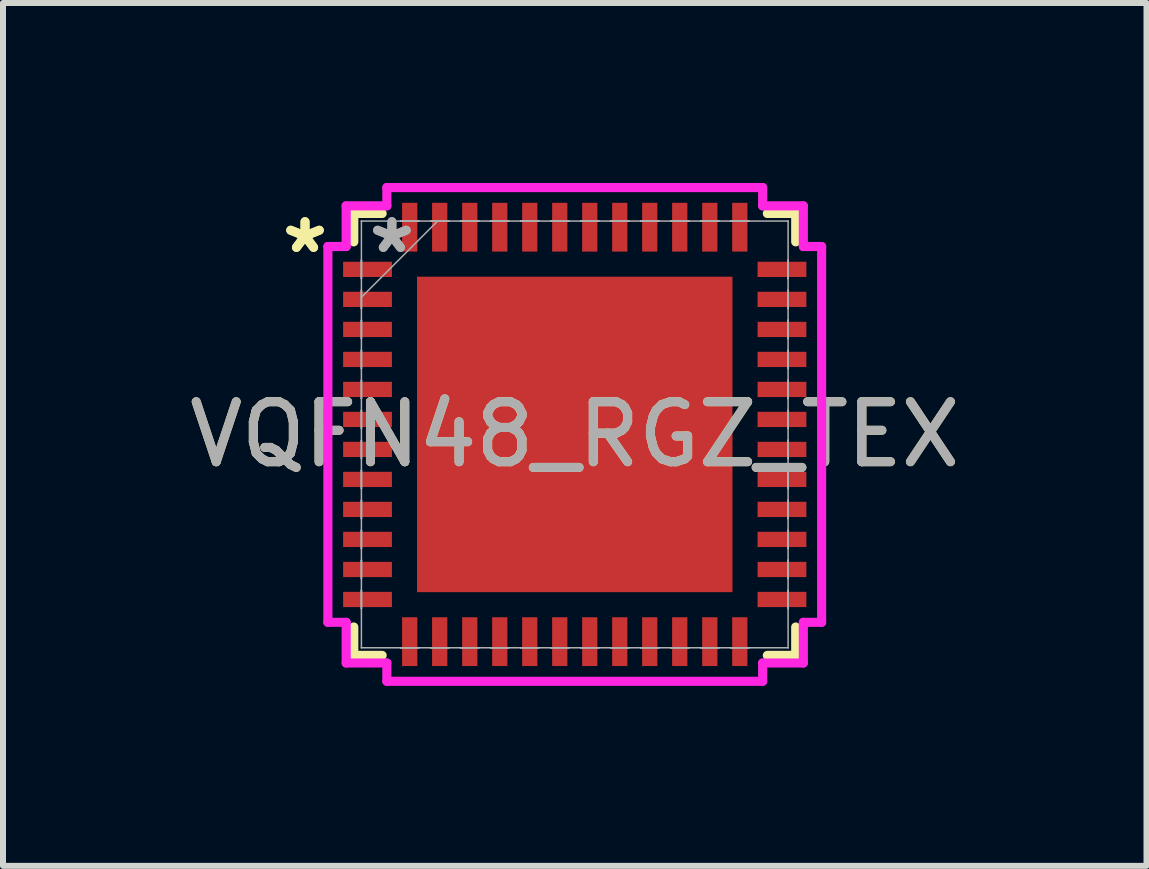
<source format=kicad_pcb>
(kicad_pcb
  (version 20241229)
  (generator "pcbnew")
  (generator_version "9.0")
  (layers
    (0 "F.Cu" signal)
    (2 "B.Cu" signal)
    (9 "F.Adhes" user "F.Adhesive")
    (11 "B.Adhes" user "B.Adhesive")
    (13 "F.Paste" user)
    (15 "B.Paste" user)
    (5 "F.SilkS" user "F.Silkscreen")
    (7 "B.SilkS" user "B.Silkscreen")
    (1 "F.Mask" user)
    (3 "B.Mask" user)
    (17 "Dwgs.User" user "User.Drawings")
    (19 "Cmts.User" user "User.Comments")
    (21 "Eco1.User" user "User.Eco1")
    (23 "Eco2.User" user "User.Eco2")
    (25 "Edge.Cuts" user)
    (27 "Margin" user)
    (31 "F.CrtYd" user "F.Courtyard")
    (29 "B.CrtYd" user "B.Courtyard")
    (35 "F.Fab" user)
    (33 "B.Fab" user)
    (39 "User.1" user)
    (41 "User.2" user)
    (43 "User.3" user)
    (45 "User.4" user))
  (footprint "VQFN48_RGZ_TEX"
    (layer "F.Cu")
    (at 6.53 4.191)
    (property "Reference" "VQFN48_RGZ_TEX" (at 0 0 0) (unlocked yes) (layer "F.SilkS") (effects (font (size 1 1) (thickness 0.15))))
    (attr smd)
    (fp_line (start -3.683 -3.683) (end -3.683 -3.21) (stroke (width 0.152) (type solid)) (layer "F.SilkS"))
    (fp_line (start -3.683 3.21) (end -3.683 3.683) (stroke (width 0.152) (type solid)) (layer "F.SilkS"))
    (fp_line (start -3.683 3.683) (end -3.21 3.683) (stroke (width 0.152) (type solid)) (layer "F.SilkS"))
    (fp_line (start -3.21 -3.683) (end -3.683 -3.683) (stroke (width 0.152) (type solid)) (layer "F.SilkS"))
    (fp_line (start 3.21 3.683) (end 3.683 3.683) (stroke (width 0.152) (type solid)) (layer "F.SilkS"))
    (fp_line (start 3.683 -3.683) (end 3.21 -3.683) (stroke (width 0.152) (type solid)) (layer "F.SilkS"))
    (fp_line (start 3.683 -3.21) (end 3.683 -3.683) (stroke (width 0.152) (type solid)) (layer "F.SilkS"))
    (fp_line (start 3.683 3.683) (end 3.683 3.21) (stroke (width 0.152) (type solid)) (layer "F.SilkS"))
    (fp_poly (pts (xy -2.529 -2.529) (xy -2.529 -1.414) (xy -1.414 -1.414) (xy -1.414 -2.529)) (stroke (width 0) (type solid)) (fill yes) (layer "F.Paste"))
    (fp_poly (pts (xy -2.529 -1.214) (xy -2.529 -0.1) (xy -1.414 -0.1) (xy -1.414 -1.214)) (stroke (width 0) (type solid)) (fill yes) (layer "F.Paste"))
    (fp_poly (pts (xy -2.529 0.1) (xy -2.529 1.214) (xy -1.414 1.214) (xy -1.414 0.1)) (stroke (width 0) (type solid)) (fill yes) (layer "F.Paste"))
    (fp_poly (pts (xy -2.529 1.414) (xy -2.529 2.529) (xy -1.414 2.529) (xy -1.414 1.414)) (stroke (width 0) (type solid)) (fill yes) (layer "F.Paste"))
    (fp_poly (pts (xy -1.214 -2.529) (xy -1.214 -1.414) (xy -0.1 -1.414) (xy -0.1 -2.529)) (stroke (width 0) (type solid)) (fill yes) (layer "F.Paste"))
    (fp_poly (pts (xy -1.214 -1.214) (xy -1.214 -0.1) (xy -0.1 -0.1) (xy -0.1 -1.214)) (stroke (width 0) (type solid)) (fill yes) (layer "F.Paste"))
    (fp_poly (pts (xy -1.214 0.1) (xy -1.214 1.214) (xy -0.1 1.214) (xy -0.1 0.1)) (stroke (width 0) (type solid)) (fill yes) (layer "F.Paste"))
    (fp_poly (pts (xy -1.214 1.414) (xy -1.214 2.529) (xy -0.1 2.529) (xy -0.1 1.414)) (stroke (width 0) (type solid)) (fill yes) (layer "F.Paste"))
    (fp_poly (pts (xy 0.1 -2.529) (xy 0.1 -1.414) (xy 1.214 -1.414) (xy 1.214 -2.529)) (stroke (width 0) (type solid)) (fill yes) (layer "F.Paste"))
    (fp_poly (pts (xy 0.1 -1.214) (xy 0.1 -0.1) (xy 1.214 -0.1) (xy 1.214 -1.214)) (stroke (width 0) (type solid)) (fill yes) (layer "F.Paste"))
    (fp_poly (pts (xy 0.1 0.1) (xy 0.1 1.214) (xy 1.214 1.214) (xy 1.214 0.1)) (stroke (width 0) (type solid)) (fill yes) (layer "F.Paste"))
    (fp_poly (pts (xy 0.1 1.414) (xy 0.1 2.529) (xy 1.214 2.529) (xy 1.214 1.414)) (stroke (width 0) (type solid)) (fill yes) (layer "F.Paste"))
    (fp_poly (pts (xy 1.414 -2.529) (xy 1.414 -1.414) (xy 2.529 -1.414) (xy 2.529 -2.529)) (stroke (width 0) (type solid)) (fill yes) (layer "F.Paste"))
    (fp_poly (pts (xy 1.414 -1.214) (xy 1.414 -0.1) (xy 2.529 -0.1) (xy 2.529 -1.214)) (stroke (width 0) (type solid)) (fill yes) (layer "F.Paste"))
    (fp_poly (pts (xy 1.414 0.1) (xy 1.414 1.214) (xy 2.529 1.214) (xy 2.529 0.1)) (stroke (width 0) (type solid)) (fill yes) (layer "F.Paste"))
    (fp_poly (pts (xy 1.414 1.414) (xy 1.414 2.529) (xy 2.529 2.529) (xy 2.529 1.414)) (stroke (width 0) (type solid)) (fill yes) (layer "F.Paste"))
    (fp_line (start -4.115 -3.132) (end -3.81 -3.132) (stroke (width 0.152) (type solid)) (layer "F.CrtYd"))
    (fp_line (start -4.115 3.132) (end -4.115 -3.132) (stroke (width 0.152) (type solid)) (layer "F.CrtYd"))
    (fp_line (start -3.81 -3.81) (end -3.132 -3.81) (stroke (width 0.152) (type solid)) (layer "F.CrtYd"))
    (fp_line (start -3.81 -3.132) (end -3.81 -3.81) (stroke (width 0.152) (type solid)) (layer "F.CrtYd"))
    (fp_line (start -3.81 3.132) (end -4.115 3.132) (stroke (width 0.152) (type solid)) (layer "F.CrtYd"))
    (fp_line (start -3.81 3.81) (end -3.81 3.132) (stroke (width 0.152) (type solid)) (layer "F.CrtYd"))
    (fp_line (start -3.132 -4.115) (end 3.132 -4.115) (stroke (width 0.152) (type solid)) (layer "F.CrtYd"))
    (fp_line (start -3.132 -3.81) (end -3.132 -4.115) (stroke (width 0.152) (type solid)) (layer "F.CrtYd"))
    (fp_line (start -3.132 3.81) (end -3.81 3.81) (stroke (width 0.152) (type solid)) (layer "F.CrtYd"))
    (fp_line (start -3.132 4.115) (end -3.132 3.81) (stroke (width 0.152) (type solid)) (layer "F.CrtYd"))
    (fp_line (start 3.132 -4.115) (end 3.132 -3.81) (stroke (width 0.152) (type solid)) (layer "F.CrtYd"))
    (fp_line (start 3.132 -3.81) (end 3.81 -3.81) (stroke (width 0.152) (type solid)) (layer "F.CrtYd"))
    (fp_line (start 3.132 3.81) (end 3.132 4.115) (stroke (width 0.152) (type solid)) (layer "F.CrtYd"))
    (fp_line (start 3.132 4.115) (end -3.132 4.115) (stroke (width 0.152) (type solid)) (layer "F.CrtYd"))
    (fp_line (start 3.81 -3.81) (end 3.81 -3.132) (stroke (width 0.152) (type solid)) (layer "F.CrtYd"))
    (fp_line (start 3.81 -3.132) (end 4.115 -3.132) (stroke (width 0.152) (type solid)) (layer "F.CrtYd"))
    (fp_line (start 3.81 3.132) (end 3.81 3.81) (stroke (width 0.152) (type solid)) (layer "F.CrtYd"))
    (fp_line (start 3.81 3.81) (end 3.132 3.81) (stroke (width 0.152) (type solid)) (layer "F.CrtYd"))
    (fp_line (start 4.115 -3.132) (end 4.115 3.132) (stroke (width 0.152) (type solid)) (layer "F.CrtYd"))
    (fp_line (start 4.115 3.132) (end 3.81 3.132) (stroke (width 0.152) (type solid)) (layer "F.CrtYd"))
    (fp_line (start -3.556 -3.556) (end -3.556 -3.556) (stroke (width 0.025) (type solid)) (layer "F.Fab"))
    (fp_line (start -3.556 -3.556) (end -3.556 3.556) (stroke (width 0.025) (type solid)) (layer "F.Fab"))
    (fp_line (start -3.556 -2.903) (end -3.556 -2.903) (stroke (width 0.025) (type solid)) (layer "F.Fab"))
    (fp_line (start -3.556 -2.903) (end -3.556 -2.598) (stroke (width 0.025) (type solid)) (layer "F.Fab"))
    (fp_line (start -3.556 -2.598) (end -3.556 -2.903) (stroke (width 0.025) (type solid)) (layer "F.Fab"))
    (fp_line (start -3.556 -2.598) (end -3.556 -2.598) (stroke (width 0.025) (type solid)) (layer "F.Fab"))
    (fp_line (start -3.556 -2.403) (end -3.556 -2.403) (stroke (width 0.025) (type solid)) (layer "F.Fab"))
    (fp_line (start -3.556 -2.403) (end -3.556 -2.098) (stroke (width 0.025) (type solid)) (layer "F.Fab"))
    (fp_line (start -3.556 -2.286) (end -2.286 -3.556) (stroke (width 0.025) (type solid)) (layer "F.Fab"))
    (fp_line (start -3.556 -2.098) (end -3.556 -2.403) (stroke (width 0.025) (type solid)) (layer "F.Fab"))
    (fp_line (start -3.556 -2.098) (end -3.556 -2.098) (stroke (width 0.025) (type solid)) (layer "F.Fab"))
    (fp_line (start -3.556 -1.903) (end -3.556 -1.903) (stroke (width 0.025) (type solid)) (layer "F.Fab"))
    (fp_line (start -3.556 -1.903) (end -3.556 -1.598) (stroke (width 0.025) (type solid)) (layer "F.Fab"))
    (fp_line (start -3.556 -1.598) (end -3.556 -1.903) (stroke (width 0.025) (type solid)) (layer "F.Fab"))
    (fp_line (start -3.556 -1.598) (end -3.556 -1.598) (stroke (width 0.025) (type solid)) (layer "F.Fab"))
    (fp_line (start -3.556 -1.403) (end -3.556 -1.403) (stroke (width 0.025) (type solid)) (layer "F.Fab"))
    (fp_line (start -3.556 -1.403) (end -3.556 -1.098) (stroke (width 0.025) (type solid)) (layer "F.Fab"))
    (fp_line (start -3.556 -1.098) (end -3.556 -1.403) (stroke (width 0.025) (type solid)) (layer "F.Fab"))
    (fp_line (start -3.556 -1.098) (end -3.556 -1.098) (stroke (width 0.025) (type solid)) (layer "F.Fab"))
    (fp_line (start -3.556 -0.903) (end -3.556 -0.903) (stroke (width 0.025) (type solid)) (layer "F.Fab"))
    (fp_line (start -3.556 -0.903) (end -3.556 -0.598) (stroke (width 0.025) (type solid)) (layer "F.Fab"))
    (fp_line (start -3.556 -0.598) (end -3.556 -0.903) (stroke (width 0.025) (type solid)) (layer "F.Fab"))
    (fp_line (start -3.556 -0.598) (end -3.556 -0.598) (stroke (width 0.025) (type solid)) (layer "F.Fab"))
    (fp_line (start -3.556 -0.402) (end -3.556 -0.402) (stroke (width 0.025) (type solid)) (layer "F.Fab"))
    (fp_line (start -3.556 -0.402) (end -3.556 -0.098) (stroke (width 0.025) (type solid)) (layer "F.Fab"))
    (fp_line (start -3.556 -0.098) (end -3.556 -0.402) (stroke (width 0.025) (type solid)) (layer "F.Fab"))
    (fp_line (start -3.556 -0.098) (end -3.556 -0.098) (stroke (width 0.025) (type solid)) (layer "F.Fab"))
    (fp_line (start -3.556 0.098) (end -3.556 0.098) (stroke (width 0.025) (type solid)) (layer "F.Fab"))
    (fp_line (start -3.556 0.098) (end -3.556 0.402) (stroke (width 0.025) (type solid)) (layer "F.Fab"))
    (fp_line (start -3.556 0.402) (end -3.556 0.098) (stroke (width 0.025) (type solid)) (layer "F.Fab"))
    (fp_line (start -3.556 0.402) (end -3.556 0.402) (stroke (width 0.025) (type solid)) (layer "F.Fab"))
    (fp_line (start -3.556 0.598) (end -3.556 0.598) (stroke (width 0.025) (type solid)) (layer "F.Fab"))
    (fp_line (start -3.556 0.598) (end -3.556 0.903) (stroke (width 0.025) (type solid)) (layer "F.Fab"))
    (fp_line (start -3.556 0.903) (end -3.556 0.598) (stroke (width 0.025) (type solid)) (layer "F.Fab"))
    (fp_line (start -3.556 0.903) (end -3.556 0.903) (stroke (width 0.025) (type solid)) (layer "F.Fab"))
    (fp_line (start -3.556 1.098) (end -3.556 1.098) (stroke (width 0.025) (type solid)) (layer "F.Fab"))
    (fp_line (start -3.556 1.098) (end -3.556 1.403) (stroke (width 0.025) (type solid)) (layer "F.Fab"))
    (fp_line (start -3.556 1.403) (end -3.556 1.098) (stroke (width 0.025) (type solid)) (layer "F.Fab"))
    (fp_line (start -3.556 1.403) (end -3.556 1.403) (stroke (width 0.025) (type solid)) (layer "F.Fab"))
    (fp_line (start -3.556 1.598) (end -3.556 1.598) (stroke (width 0.025) (type solid)) (layer "F.Fab"))
    (fp_line (start -3.556 1.598) (end -3.556 1.903) (stroke (width 0.025) (type solid)) (layer "F.Fab"))
    (fp_line (start -3.556 1.903) (end -3.556 1.598) (stroke (width 0.025) (type solid)) (layer "F.Fab"))
    (fp_line (start -3.556 1.903) (end -3.556 1.903) (stroke (width 0.025) (type solid)) (layer "F.Fab"))
    (fp_line (start -3.556 2.098) (end -3.556 2.098) (stroke (width 0.025) (type solid)) (layer "F.Fab"))
    (fp_line (start -3.556 2.098) (end -3.556 2.403) (stroke (width 0.025) (type solid)) (layer "F.Fab"))
    (fp_line (start -3.556 2.403) (end -3.556 2.098) (stroke (width 0.025) (type solid)) (layer "F.Fab"))
    (fp_line (start -3.556 2.403) (end -3.556 2.403) (stroke (width 0.025) (type solid)) (layer "F.Fab"))
    (fp_line (start -3.556 2.598) (end -3.556 2.598) (stroke (width 0.025) (type solid)) (layer "F.Fab"))
    (fp_line (start -3.556 2.598) (end -3.556 2.903) (stroke (width 0.025) (type solid)) (layer "F.Fab"))
    (fp_line (start -3.556 2.903) (end -3.556 2.598) (stroke (width 0.025) (type solid)) (layer "F.Fab"))
    (fp_line (start -3.556 2.903) (end -3.556 2.903) (stroke (width 0.025) (type solid)) (layer "F.Fab"))
    (fp_line (start -3.556 3.556) (end -3.556 3.556) (stroke (width 0.025) (type solid)) (layer "F.Fab"))
    (fp_line (start -3.556 3.556) (end 3.556 3.556) (stroke (width 0.025) (type solid)) (layer "F.Fab"))
    (fp_line (start -2.903 -3.556) (end -2.903 -3.556) (stroke (width 0.025) (type solid)) (layer "F.Fab"))
    (fp_line (start -2.903 -3.556) (end -2.598 -3.556) (stroke (width 0.025) (type solid)) (layer "F.Fab"))
    (fp_line (start -2.903 3.556) (end -2.903 3.556) (stroke (width 0.025) (type solid)) (layer "F.Fab"))
    (fp_line (start -2.903 3.556) (end -2.598 3.556) (stroke (width 0.025) (type solid)) (layer "F.Fab"))
    (fp_line (start -2.598 -3.556) (end -2.903 -3.556) (stroke (width 0.025) (type solid)) (layer "F.Fab"))
    (fp_line (start -2.598 -3.556) (end -2.598 -3.556) (stroke (width 0.025) (type solid)) (layer "F.Fab"))
    (fp_line (start -2.598 3.556) (end -2.903 3.556) (stroke (width 0.025) (type solid)) (layer "F.Fab"))
    (fp_line (start -2.598 3.556) (end -2.598 3.556) (stroke (width 0.025) (type solid)) (layer "F.Fab"))
    (fp_line (start -2.403 -3.556) (end -2.403 -3.556) (stroke (width 0.025) (type solid)) (layer "F.Fab"))
    (fp_line (start -2.403 -3.556) (end -2.098 -3.556) (stroke (width 0.025) (type solid)) (layer "F.Fab"))
    (fp_line (start -2.403 3.556) (end -2.403 3.556) (stroke (width 0.025) (type solid)) (layer "F.Fab"))
    (fp_line (start -2.403 3.556) (end -2.098 3.556) (stroke (width 0.025) (type solid)) (layer "F.Fab"))
    (fp_line (start -2.098 -3.556) (end -2.403 -3.556) (stroke (width 0.025) (type solid)) (layer "F.Fab"))
    (fp_line (start -2.098 -3.556) (end -2.098 -3.556) (stroke (width 0.025) (type solid)) (layer "F.Fab"))
    (fp_line (start -2.098 3.556) (end -2.403 3.556) (stroke (width 0.025) (type solid)) (layer "F.Fab"))
    (fp_line (start -2.098 3.556) (end -2.098 3.556) (stroke (width 0.025) (type solid)) (layer "F.Fab"))
    (fp_line (start -1.903 -3.556) (end -1.903 -3.556) (stroke (width 0.025) (type solid)) (layer "F.Fab"))
    (fp_line (start -1.903 -3.556) (end -1.598 -3.556) (stroke (width 0.025) (type solid)) (layer "F.Fab"))
    (fp_line (start -1.903 3.556) (end -1.903 3.556) (stroke (width 0.025) (type solid)) (layer "F.Fab"))
    (fp_line (start -1.903 3.556) (end -1.598 3.556) (stroke (width 0.025) (type solid)) (layer "F.Fab"))
    (fp_line (start -1.598 -3.556) (end -1.903 -3.556) (stroke (width 0.025) (type solid)) (layer "F.Fab"))
    (fp_line (start -1.598 -3.556) (end -1.598 -3.556) (stroke (width 0.025) (type solid)) (layer "F.Fab"))
    (fp_line (start -1.598 3.556) (end -1.903 3.556) (stroke (width 0.025) (type solid)) (layer "F.Fab"))
    (fp_line (start -1.598 3.556) (end -1.598 3.556) (stroke (width 0.025) (type solid)) (layer "F.Fab"))
    (fp_line (start -1.403 -3.556) (end -1.403 -3.556) (stroke (width 0.025) (type solid)) (layer "F.Fab"))
    (fp_line (start -1.403 -3.556) (end -1.098 -3.556) (stroke (width 0.025) (type solid)) (layer "F.Fab"))
    (fp_line (start -1.403 3.556) (end -1.403 3.556) (stroke (width 0.025) (type solid)) (layer "F.Fab"))
    (fp_line (start -1.403 3.556) (end -1.098 3.556) (stroke (width 0.025) (type solid)) (layer "F.Fab"))
    (fp_line (start -1.098 -3.556) (end -1.403 -3.556) (stroke (width 0.025) (type solid)) (layer "F.Fab"))
    (fp_line (start -1.098 -3.556) (end -1.098 -3.556) (stroke (width 0.025) (type solid)) (layer "F.Fab"))
    (fp_line (start -1.098 3.556) (end -1.403 3.556) (stroke (width 0.025) (type solid)) (layer "F.Fab"))
    (fp_line (start -1.098 3.556) (end -1.098 3.556) (stroke (width 0.025) (type solid)) (layer "F.Fab"))
    (fp_line (start -0.903 -3.556) (end -0.903 -3.556) (stroke (width 0.025) (type solid)) (layer "F.Fab"))
    (fp_line (start -0.903 -3.556) (end -0.598 -3.556) (stroke (width 0.025) (type solid)) (layer "F.Fab"))
    (fp_line (start -0.903 3.556) (end -0.903 3.556) (stroke (width 0.025) (type solid)) (layer "F.Fab"))
    (fp_line (start -0.903 3.556) (end -0.598 3.556) (stroke (width 0.025) (type solid)) (layer "F.Fab"))
    (fp_line (start -0.598 -3.556) (end -0.903 -3.556) (stroke (width 0.025) (type solid)) (layer "F.Fab"))
    (fp_line (start -0.598 -3.556) (end -0.598 -3.556) (stroke (width 0.025) (type solid)) (layer "F.Fab"))
    (fp_line (start -0.598 3.556) (end -0.903 3.556) (stroke (width 0.025) (type solid)) (layer "F.Fab"))
    (fp_line (start -0.598 3.556) (end -0.598 3.556) (stroke (width 0.025) (type solid)) (layer "F.Fab"))
    (fp_line (start -0.402 -3.556) (end -0.402 -3.556) (stroke (width 0.025) (type solid)) (layer "F.Fab"))
    (fp_line (start -0.402 -3.556) (end -0.098 -3.556) (stroke (width 0.025) (type solid)) (layer "F.Fab"))
    (fp_line (start -0.402 3.556) (end -0.402 3.556) (stroke (width 0.025) (type solid)) (layer "F.Fab"))
    (fp_line (start -0.402 3.556) (end -0.098 3.556) (stroke (width 0.025) (type solid)) (layer "F.Fab"))
    (fp_line (start -0.098 -3.556) (end -0.402 -3.556) (stroke (width 0.025) (type solid)) (layer "F.Fab"))
    (fp_line (start -0.098 -3.556) (end -0.098 -3.556) (stroke (width 0.025) (type solid)) (layer "F.Fab"))
    (fp_line (start -0.098 3.556) (end -0.402 3.556) (stroke (width 0.025) (type solid)) (layer "F.Fab"))
    (fp_line (start -0.098 3.556) (end -0.098 3.556) (stroke (width 0.025) (type solid)) (layer "F.Fab"))
    (fp_line (start 0.098 -3.556) (end 0.098 -3.556) (stroke (width 0.025) (type solid)) (layer "F.Fab"))
    (fp_line (start 0.098 -3.556) (end 0.402 -3.556) (stroke (width 0.025) (type solid)) (layer "F.Fab"))
    (fp_line (start 0.098 3.556) (end 0.098 3.556) (stroke (width 0.025) (type solid)) (layer "F.Fab"))
    (fp_line (start 0.098 3.556) (end 0.402 3.556) (stroke (width 0.025) (type solid)) (layer "F.Fab"))
    (fp_line (start 0.402 -3.556) (end 0.098 -3.556) (stroke (width 0.025) (type solid)) (layer "F.Fab"))
    (fp_line (start 0.402 -3.556) (end 0.402 -3.556) (stroke (width 0.025) (type solid)) (layer "F.Fab"))
    (fp_line (start 0.402 3.556) (end 0.098 3.556) (stroke (width 0.025) (type solid)) (layer "F.Fab"))
    (fp_line (start 0.402 3.556) (end 0.402 3.556) (stroke (width 0.025) (type solid)) (layer "F.Fab"))
    (fp_line (start 0.598 -3.556) (end 0.598 -3.556) (stroke (width 0.025) (type solid)) (layer "F.Fab"))
    (fp_line (start 0.598 -3.556) (end 0.903 -3.556) (stroke (width 0.025) (type solid)) (layer "F.Fab"))
    (fp_line (start 0.598 3.556) (end 0.598 3.556) (stroke (width 0.025) (type solid)) (layer "F.Fab"))
    (fp_line (start 0.598 3.556) (end 0.903 3.556) (stroke (width 0.025) (type solid)) (layer "F.Fab"))
    (fp_line (start 0.903 -3.556) (end 0.598 -3.556) (stroke (width 0.025) (type solid)) (layer "F.Fab"))
    (fp_line (start 0.903 -3.556) (end 0.903 -3.556) (stroke (width 0.025) (type solid)) (layer "F.Fab"))
    (fp_line (start 0.903 3.556) (end 0.598 3.556) (stroke (width 0.025) (type solid)) (layer "F.Fab"))
    (fp_line (start 0.903 3.556) (end 0.903 3.556) (stroke (width 0.025) (type solid)) (layer "F.Fab"))
    (fp_line (start 1.098 -3.556) (end 1.098 -3.556) (stroke (width 0.025) (type solid)) (layer "F.Fab"))
    (fp_line (start 1.098 -3.556) (end 1.403 -3.556) (stroke (width 0.025) (type solid)) (layer "F.Fab"))
    (fp_line (start 1.098 3.556) (end 1.098 3.556) (stroke (width 0.025) (type solid)) (layer "F.Fab"))
    (fp_line (start 1.098 3.556) (end 1.403 3.556) (stroke (width 0.025) (type solid)) (layer "F.Fab"))
    (fp_line (start 1.403 -3.556) (end 1.098 -3.556) (stroke (width 0.025) (type solid)) (layer "F.Fab"))
    (fp_line (start 1.403 -3.556) (end 1.403 -3.556) (stroke (width 0.025) (type solid)) (layer "F.Fab"))
    (fp_line (start 1.403 3.556) (end 1.098 3.556) (stroke (width 0.025) (type solid)) (layer "F.Fab"))
    (fp_line (start 1.403 3.556) (end 1.403 3.556) (stroke (width 0.025) (type solid)) (layer "F.Fab"))
    (fp_line (start 1.598 -3.556) (end 1.598 -3.556) (stroke (width 0.025) (type solid)) (layer "F.Fab"))
    (fp_line (start 1.598 -3.556) (end 1.903 -3.556) (stroke (width 0.025) (type solid)) (layer "F.Fab"))
    (fp_line (start 1.598 3.556) (end 1.598 3.556) (stroke (width 0.025) (type solid)) (layer "F.Fab"))
    (fp_line (start 1.598 3.556) (end 1.903 3.556) (stroke (width 0.025) (type solid)) (layer "F.Fab"))
    (fp_line (start 1.903 -3.556) (end 1.598 -3.556) (stroke (width 0.025) (type solid)) (layer "F.Fab"))
    (fp_line (start 1.903 -3.556) (end 1.903 -3.556) (stroke (width 0.025) (type solid)) (layer "F.Fab"))
    (fp_line (start 1.903 3.556) (end 1.598 3.556) (stroke (width 0.025) (type solid)) (layer "F.Fab"))
    (fp_line (start 1.903 3.556) (end 1.903 3.556) (stroke (width 0.025) (type solid)) (layer "F.Fab"))
    (fp_line (start 2.098 -3.556) (end 2.098 -3.556) (stroke (width 0.025) (type solid)) (layer "F.Fab"))
    (fp_line (start 2.098 -3.556) (end 2.403 -3.556) (stroke (width 0.025) (type solid)) (layer "F.Fab"))
    (fp_line (start 2.098 3.556) (end 2.098 3.556) (stroke (width 0.025) (type solid)) (layer "F.Fab"))
    (fp_line (start 2.098 3.556) (end 2.403 3.556) (stroke (width 0.025) (type solid)) (layer "F.Fab"))
    (fp_line (start 2.403 -3.556) (end 2.098 -3.556) (stroke (width 0.025) (type solid)) (layer "F.Fab"))
    (fp_line (start 2.403 -3.556) (end 2.403 -3.556) (stroke (width 0.025) (type solid)) (layer "F.Fab"))
    (fp_line (start 2.403 3.556) (end 2.098 3.556) (stroke (width 0.025) (type solid)) (layer "F.Fab"))
    (fp_line (start 2.403 3.556) (end 2.403 3.556) (stroke (width 0.025) (type solid)) (layer "F.Fab"))
    (fp_line (start 2.598 -3.556) (end 2.598 -3.556) (stroke (width 0.025) (type solid)) (layer "F.Fab"))
    (fp_line (start 2.598 -3.556) (end 2.903 -3.556) (stroke (width 0.025) (type solid)) (layer "F.Fab"))
    (fp_line (start 2.598 3.556) (end 2.598 3.556) (stroke (width 0.025) (type solid)) (layer "F.Fab"))
    (fp_line (start 2.598 3.556) (end 2.903 3.556) (stroke (width 0.025) (type solid)) (layer "F.Fab"))
    (fp_line (start 2.903 -3.556) (end 2.598 -3.556) (stroke (width 0.025) (type solid)) (layer "F.Fab"))
    (fp_line (start 2.903 -3.556) (end 2.903 -3.556) (stroke (width 0.025) (type solid)) (layer "F.Fab"))
    (fp_line (start 2.903 3.556) (end 2.598 3.556) (stroke (width 0.025) (type solid)) (layer "F.Fab"))
    (fp_line (start 2.903 3.556) (end 2.903 3.556) (stroke (width 0.025) (type solid)) (layer "F.Fab"))
    (fp_line (start 3.556 -3.556) (end -3.556 -3.556) (stroke (width 0.025) (type solid)) (layer "F.Fab"))
    (fp_line (start 3.556 -3.556) (end 3.556 -3.556) (stroke (width 0.025) (type solid)) (layer "F.Fab"))
    (fp_line (start 3.556 -2.903) (end 3.556 -2.903) (stroke (width 0.025) (type solid)) (layer "F.Fab"))
    (fp_line (start 3.556 -2.903) (end 3.556 -2.598) (stroke (width 0.025) (type solid)) (layer "F.Fab"))
    (fp_line (start 3.556 -2.598) (end 3.556 -2.903) (stroke (width 0.025) (type solid)) (layer "F.Fab"))
    (fp_line (start 3.556 -2.598) (end 3.556 -2.598) (stroke (width 0.025) (type solid)) (layer "F.Fab"))
    (fp_line (start 3.556 -2.403) (end 3.556 -2.403) (stroke (width 0.025) (type solid)) (layer "F.Fab"))
    (fp_line (start 3.556 -2.403) (end 3.556 -2.098) (stroke (width 0.025) (type solid)) (layer "F.Fab"))
    (fp_line (start 3.556 -2.098) (end 3.556 -2.403) (stroke (width 0.025) (type solid)) (layer "F.Fab"))
    (fp_line (start 3.556 -2.098) (end 3.556 -2.098) (stroke (width 0.025) (type solid)) (layer "F.Fab"))
    (fp_line (start 3.556 -1.903) (end 3.556 -1.903) (stroke (width 0.025) (type solid)) (layer "F.Fab"))
    (fp_line (start 3.556 -1.903) (end 3.556 -1.598) (stroke (width 0.025) (type solid)) (layer "F.Fab"))
    (fp_line (start 3.556 -1.598) (end 3.556 -1.903) (stroke (width 0.025) (type solid)) (layer "F.Fab"))
    (fp_line (start 3.556 -1.598) (end 3.556 -1.598) (stroke (width 0.025) (type solid)) (layer "F.Fab"))
    (fp_line (start 3.556 -1.403) (end 3.556 -1.403) (stroke (width 0.025) (type solid)) (layer "F.Fab"))
    (fp_line (start 3.556 -1.403) (end 3.556 -1.098) (stroke (width 0.025) (type solid)) (layer "F.Fab"))
    (fp_line (start 3.556 -1.098) (end 3.556 -1.403) (stroke (width 0.025) (type solid)) (layer "F.Fab"))
    (fp_line (start 3.556 -1.098) (end 3.556 -1.098) (stroke (width 0.025) (type solid)) (layer "F.Fab"))
    (fp_line (start 3.556 -0.903) (end 3.556 -0.903) (stroke (width 0.025) (type solid)) (layer "F.Fab"))
    (fp_line (start 3.556 -0.903) (end 3.556 -0.598) (stroke (width 0.025) (type solid)) (layer "F.Fab"))
    (fp_line (start 3.556 -0.598) (end 3.556 -0.903) (stroke (width 0.025) (type solid)) (layer "F.Fab"))
    (fp_line (start 3.556 -0.598) (end 3.556 -0.598) (stroke (width 0.025) (type solid)) (layer "F.Fab"))
    (fp_line (start 3.556 -0.402) (end 3.556 -0.402) (stroke (width 0.025) (type solid)) (layer "F.Fab"))
    (fp_line (start 3.556 -0.402) (end 3.556 -0.098) (stroke (width 0.025) (type solid)) (layer "F.Fab"))
    (fp_line (start 3.556 -0.098) (end 3.556 -0.402) (stroke (width 0.025) (type solid)) (layer "F.Fab"))
    (fp_line (start 3.556 -0.098) (end 3.556 -0.098) (stroke (width 0.025) (type solid)) (layer "F.Fab"))
    (fp_line (start 3.556 0.098) (end 3.556 0.098) (stroke (width 0.025) (type solid)) (layer "F.Fab"))
    (fp_line (start 3.556 0.098) (end 3.556 0.402) (stroke (width 0.025) (type solid)) (layer "F.Fab"))
    (fp_line (start 3.556 0.402) (end 3.556 0.098) (stroke (width 0.025) (type solid)) (layer "F.Fab"))
    (fp_line (start 3.556 0.402) (end 3.556 0.402) (stroke (width 0.025) (type solid)) (layer "F.Fab"))
    (fp_line (start 3.556 0.598) (end 3.556 0.598) (stroke (width 0.025) (type solid)) (layer "F.Fab"))
    (fp_line (start 3.556 0.598) (end 3.556 0.903) (stroke (width 0.025) (type solid)) (layer "F.Fab"))
    (fp_line (start 3.556 0.903) (end 3.556 0.598) (stroke (width 0.025) (type solid)) (layer "F.Fab"))
    (fp_line (start 3.556 0.903) (end 3.556 0.903) (stroke (width 0.025) (type solid)) (layer "F.Fab"))
    (fp_line (start 3.556 1.098) (end 3.556 1.098) (stroke (width 0.025) (type solid)) (layer "F.Fab"))
    (fp_line (start 3.556 1.098) (end 3.556 1.403) (stroke (width 0.025) (type solid)) (layer "F.Fab"))
    (fp_line (start 3.556 1.403) (end 3.556 1.098) (stroke (width 0.025) (type solid)) (layer "F.Fab"))
    (fp_line (start 3.556 1.403) (end 3.556 1.403) (stroke (width 0.025) (type solid)) (layer "F.Fab"))
    (fp_line (start 3.556 1.598) (end 3.556 1.598) (stroke (width 0.025) (type solid)) (layer "F.Fab"))
    (fp_line (start 3.556 1.598) (end 3.556 1.903) (stroke (width 0.025) (type solid)) (layer "F.Fab"))
    (fp_line (start 3.556 1.903) (end 3.556 1.598) (stroke (width 0.025) (type solid)) (layer "F.Fab"))
    (fp_line (start 3.556 1.903) (end 3.556 1.903) (stroke (width 0.025) (type solid)) (layer "F.Fab"))
    (fp_line (start 3.556 2.098) (end 3.556 2.098) (stroke (width 0.025) (type solid)) (layer "F.Fab"))
    (fp_line (start 3.556 2.098) (end 3.556 2.403) (stroke (width 0.025) (type solid)) (layer "F.Fab"))
    (fp_line (start 3.556 2.403) (end 3.556 2.098) (stroke (width 0.025) (type solid)) (layer "F.Fab"))
    (fp_line (start 3.556 2.403) (end 3.556 2.403) (stroke (width 0.025) (type solid)) (layer "F.Fab"))
    (fp_line (start 3.556 2.598) (end 3.556 2.598) (stroke (width 0.025) (type solid)) (layer "F.Fab"))
    (fp_line (start 3.556 2.598) (end 3.556 2.903) (stroke (width 0.025) (type solid)) (layer "F.Fab"))
    (fp_line (start 3.556 2.903) (end 3.556 2.598) (stroke (width 0.025) (type solid)) (layer "F.Fab"))
    (fp_line (start 3.556 2.903) (end 3.556 2.903) (stroke (width 0.025) (type solid)) (layer "F.Fab"))
    (fp_line (start 3.556 3.556) (end 3.556 -3.556) (stroke (width 0.025) (type solid)) (layer "F.Fab"))
    (fp_line (start 3.556 3.556) (end 3.556 3.556) (stroke (width 0.025) (type solid)) (layer "F.Fab"))
    (fp_text user "*" (at -4.496 -3.001 0) (unlocked yes) (layer "F.SilkS") (effects (font (size 1 1) (thickness 0.15))))
    (fp_text user "*" (at -4.496 -3.001 0) (layer "F.SilkS") (effects (font (size 1 1) (thickness 0.15))))
    (fp_text user "*" (at -3.048 -3.001 0) (unlocked yes) (layer "F.Fab") (effects (font (size 1 1) (thickness 0.15))))
    (fp_text user "${REFERENCE}" (at 0 0 0) (unlocked yes) (layer "F.Fab") (effects (font (size 1 1) (thickness 0.15))))
    (fp_text user "*" (at -3.048 -3.001 0) (layer "F.Fab") (effects (font (size 1 1) (thickness 0.15))))
    (pad "1" smd rect (at -3.454 -2.751 90) (size 0.254 0.813) (layers "F.Cu" "F.Mask" "F.Paste"))
    (pad "2" smd rect (at -3.454 -2.251 90) (size 0.254 0.813) (layers "F.Cu" "F.Mask" "F.Paste"))
    (pad "3" smd rect (at -3.454 -1.75 90) (size 0.254 0.813) (layers "F.Cu" "F.Mask" "F.Paste"))
    (pad "4" smd rect (at -3.454 -1.25 90) (size 0.254 0.813) (layers "F.Cu" "F.Mask" "F.Paste"))
    (pad "5" smd rect (at -3.454 -0.75 90) (size 0.254 0.813) (layers "F.Cu" "F.Mask" "F.Paste"))
    (pad "6" smd rect (at -3.454 -0.25 90) (size 0.254 0.813) (layers "F.Cu" "F.Mask" "F.Paste"))
    (pad "7" smd rect (at -3.454 0.25 90) (size 0.254 0.813) (layers "F.Cu" "F.Mask" "F.Paste"))
    (pad "8" smd rect (at -3.454 0.75 90) (size 0.254 0.813) (layers "F.Cu" "F.Mask" "F.Paste"))
    (pad "9" smd rect (at -3.454 1.25 90) (size 0.254 0.813) (layers "F.Cu" "F.Mask" "F.Paste"))
    (pad "10" smd rect (at -3.454 1.75 90) (size 0.254 0.813) (layers "F.Cu" "F.Mask" "F.Paste"))
    (pad "11" smd rect (at -3.454 2.251 90) (size 0.254 0.813) (layers "F.Cu" "F.Mask" "F.Paste"))
    (pad "12" smd rect (at -3.454 2.751 90) (size 0.254 0.813) (layers "F.Cu" "F.Mask" "F.Paste"))
    (pad "13" smd rect (at -2.751 3.454) (size 0.254 0.813) (layers "F.Cu" "F.Mask" "F.Paste"))
    (pad "14" smd rect (at -2.251 3.454) (size 0.254 0.813) (layers "F.Cu" "F.Mask" "F.Paste"))
    (pad "15" smd rect (at -1.75 3.454) (size 0.254 0.813) (layers "F.Cu" "F.Mask" "F.Paste"))
    (pad "16" smd rect (at -1.25 3.454) (size 0.254 0.813) (layers "F.Cu" "F.Mask" "F.Paste"))
    (pad "17" smd rect (at -0.75 3.454) (size 0.254 0.813) (layers "F.Cu" "F.Mask" "F.Paste"))
    (pad "18" smd rect (at -0.25 3.454) (size 0.254 0.813) (layers "F.Cu" "F.Mask" "F.Paste"))
    (pad "19" smd rect (at 0.25 3.454) (size 0.254 0.813) (layers "F.Cu" "F.Mask" "F.Paste"))
    (pad "20" smd rect (at 0.75 3.454) (size 0.254 0.813) (layers "F.Cu" "F.Mask" "F.Paste"))
    (pad "21" smd rect (at 1.25 3.454) (size 0.254 0.813) (layers "F.Cu" "F.Mask" "F.Paste"))
    (pad "22" smd rect (at 1.75 3.454) (size 0.254 0.813) (layers "F.Cu" "F.Mask" "F.Paste"))
    (pad "23" smd rect (at 2.251 3.454) (size 0.254 0.813) (layers "F.Cu" "F.Mask" "F.Paste"))
    (pad "24" smd rect (at 2.751 3.454) (size 0.254 0.813) (layers "F.Cu" "F.Mask" "F.Paste"))
    (pad "25" smd rect (at 3.454 2.751 90) (size 0.254 0.813) (layers "F.Cu" "F.Mask" "F.Paste"))
    (pad "26" smd rect (at 3.454 2.251 90) (size 0.254 0.813) (layers "F.Cu" "F.Mask" "F.Paste"))
    (pad "27" smd rect (at 3.454 1.75 90) (size 0.254 0.813) (layers "F.Cu" "F.Mask" "F.Paste"))
    (pad "28" smd rect (at 3.454 1.25 90) (size 0.254 0.813) (layers "F.Cu" "F.Mask" "F.Paste"))
    (pad "29" smd rect (at 3.454 0.75 90) (size 0.254 0.813) (layers "F.Cu" "F.Mask" "F.Paste"))
    (pad "30" smd rect (at 3.454 0.25 90) (size 0.254 0.813) (layers "F.Cu" "F.Mask" "F.Paste"))
    (pad "31" smd rect (at 3.454 -0.25 90) (size 0.254 0.813) (layers "F.Cu" "F.Mask" "F.Paste"))
    (pad "32" smd rect (at 3.454 -0.75 90) (size 0.254 0.813) (layers "F.Cu" "F.Mask" "F.Paste"))
    (pad "33" smd rect (at 3.454 -1.25 90) (size 0.254 0.813) (layers "F.Cu" "F.Mask" "F.Paste"))
    (pad "34" smd rect (at 3.454 -1.75 90) (size 0.254 0.813) (layers "F.Cu" "F.Mask" "F.Paste"))
    (pad "35" smd rect (at 3.454 -2.251 90) (size 0.254 0.813) (layers "F.Cu" "F.Mask" "F.Paste"))
    (pad "36" smd rect (at 3.454 -2.751 90) (size 0.254 0.813) (layers "F.Cu" "F.Mask" "F.Paste"))
    (pad "37" smd rect (at 2.751 -3.454) (size 0.254 0.813) (layers "F.Cu" "F.Mask" "F.Paste"))
    (pad "38" smd rect (at 2.251 -3.454) (size 0.254 0.813) (layers "F.Cu" "F.Mask" "F.Paste"))
    (pad "39" smd rect (at 1.75 -3.454) (size 0.254 0.813) (layers "F.Cu" "F.Mask" "F.Paste"))
    (pad "40" smd rect (at 1.25 -3.454) (size 0.254 0.813) (layers "F.Cu" "F.Mask" "F.Paste"))
    (pad "41" smd rect (at 0.75 -3.454) (size 0.254 0.813) (layers "F.Cu" "F.Mask" "F.Paste"))
    (pad "42" smd rect (at 0.25 -3.454) (size 0.254 0.813) (layers "F.Cu" "F.Mask" "F.Paste"))
    (pad "43" smd rect (at -0.25 -3.454) (size 0.254 0.813) (layers "F.Cu" "F.Mask" "F.Paste"))
    (pad "44" smd rect (at -0.75 -3.454) (size 0.254 0.813) (layers "F.Cu" "F.Mask" "F.Paste"))
    (pad "45" smd rect (at -1.25 -3.454) (size 0.254 0.813) (layers "F.Cu" "F.Mask" "F.Paste"))
    (pad "46" smd rect (at -1.75 -3.454) (size 0.254 0.813) (layers "F.Cu" "F.Mask" "F.Paste"))
    (pad "47" smd rect (at -2.251 -3.454) (size 0.254 0.813) (layers "F.Cu" "F.Mask" "F.Paste"))
    (pad "48" smd rect (at -2.751 -3.454) (size 0.254 0.813) (layers "F.Cu" "F.Mask" "F.Paste"))
    (pad "49" smd rect (at 0 0) (size 5.258 5.258) (layers "F.Cu" "F.Mask" "F.Paste")))
  (gr_rect
    (start -3 -3)
    (end 16.06 11.382)
    (stroke (width 0.1) (type default))
    (fill no)
    (layer "Edge.Cuts")))
</source>
